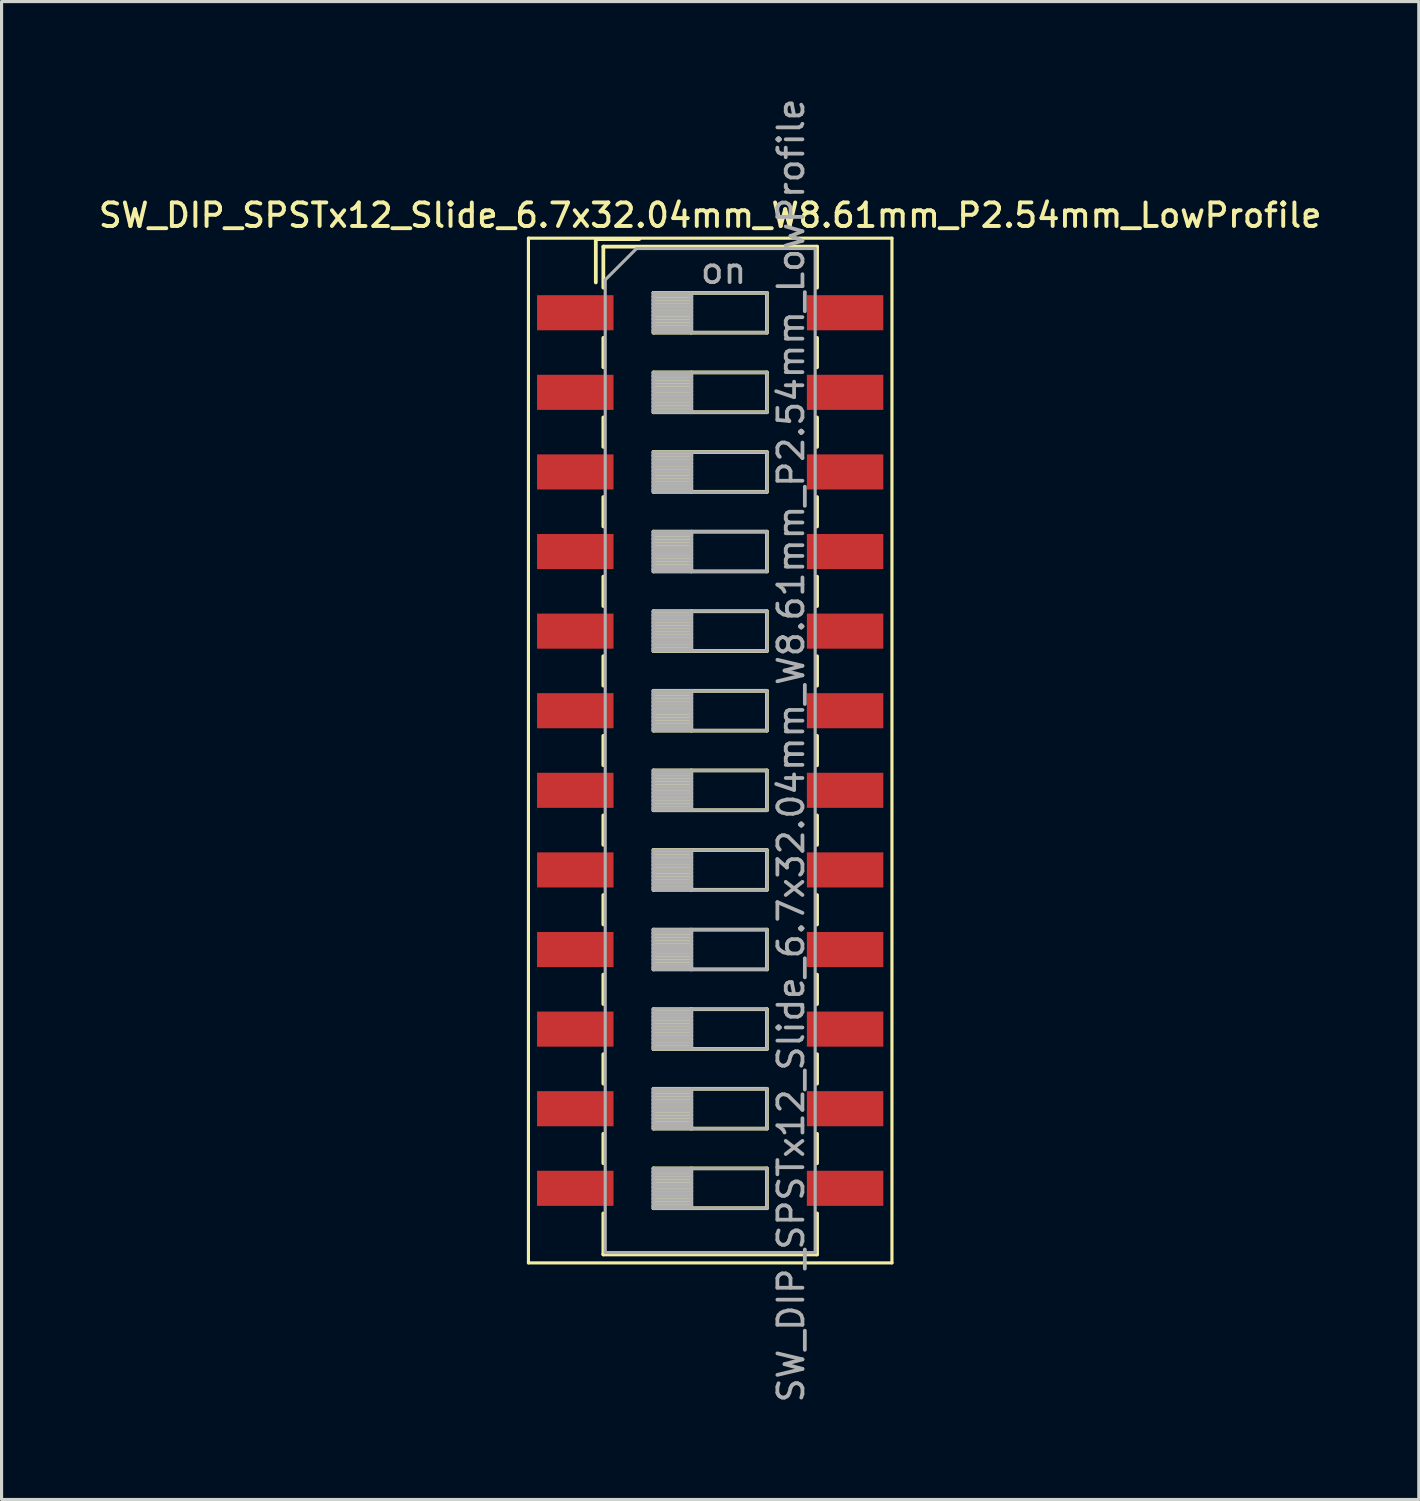
<source format=kicad_pcb>
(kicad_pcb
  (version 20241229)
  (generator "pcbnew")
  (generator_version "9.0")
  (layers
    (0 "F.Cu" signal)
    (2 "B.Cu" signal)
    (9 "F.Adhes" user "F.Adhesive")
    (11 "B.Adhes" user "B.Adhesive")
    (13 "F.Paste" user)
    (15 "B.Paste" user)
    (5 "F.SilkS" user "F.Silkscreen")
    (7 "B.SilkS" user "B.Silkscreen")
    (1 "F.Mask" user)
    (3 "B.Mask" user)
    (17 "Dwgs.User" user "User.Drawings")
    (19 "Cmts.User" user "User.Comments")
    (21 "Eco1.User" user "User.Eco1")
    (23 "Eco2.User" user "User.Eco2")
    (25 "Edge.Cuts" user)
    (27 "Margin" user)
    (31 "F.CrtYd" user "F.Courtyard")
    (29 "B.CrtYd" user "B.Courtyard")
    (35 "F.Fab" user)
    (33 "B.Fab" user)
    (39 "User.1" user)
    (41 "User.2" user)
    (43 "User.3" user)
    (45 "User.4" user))
  (footprint "SW_DIP_SPSTx12_Slide_6.7x32.04mm_W8.61mm_P2.54mm_LowProfile"
    (layer "F.Cu")
    (at 19.613 20.9)
    (property "Reference" "SW_DIP_SPSTx12_Slide_6.7x32.04mm_W8.61mm_P2.54mm_LowProfile" (at 0 -17.08 0) (layer "F.SilkS") (effects (font (size 0.75 0.75) (thickness 0.125))))
    (attr smd)
    (fp_line (start -5.8 -16.35) (end -5.8 16.35) (stroke (width 0.1) (type solid)) (layer "F.SilkS"))
    (fp_line (start -5.8 16.35) (end 5.8 16.35) (stroke (width 0.1) (type solid)) (layer "F.SilkS"))
    (fp_line (start -3.65 -16.32) (end -3.65 -14.937) (stroke (width 0.12) (type solid)) (layer "F.SilkS"))
    (fp_line (start -3.65 -16.32) (end -2.267 -16.32) (stroke (width 0.12) (type solid)) (layer "F.SilkS"))
    (fp_line (start -3.41 -16.08) (end -3.41 -14.77) (stroke (width 0.12) (type solid)) (layer "F.SilkS"))
    (fp_line (start -3.41 -16.08) (end 3.41 -16.08) (stroke (width 0.12) (type solid)) (layer "F.SilkS"))
    (fp_line (start -3.41 -13.17) (end -3.41 -12.23) (stroke (width 0.12) (type solid)) (layer "F.SilkS"))
    (fp_line (start -3.41 -10.63) (end -3.41 -9.69) (stroke (width 0.12) (type solid)) (layer "F.SilkS"))
    (fp_line (start -3.41 -8.09) (end -3.41 -7.15) (stroke (width 0.12) (type solid)) (layer "F.SilkS"))
    (fp_line (start -3.41 -5.55) (end -3.41 -4.61) (stroke (width 0.12) (type solid)) (layer "F.SilkS"))
    (fp_line (start -3.41 -3.01) (end -3.41 -2.07) (stroke (width 0.12) (type solid)) (layer "F.SilkS"))
    (fp_line (start -3.41 -0.47) (end -3.41 0.47) (stroke (width 0.12) (type solid)) (layer "F.SilkS"))
    (fp_line (start -3.41 2.07) (end -3.41 3.01) (stroke (width 0.12) (type solid)) (layer "F.SilkS"))
    (fp_line (start -3.41 4.61) (end -3.41 5.55) (stroke (width 0.12) (type solid)) (layer "F.SilkS"))
    (fp_line (start -3.41 7.15) (end -3.41 8.09) (stroke (width 0.12) (type solid)) (layer "F.SilkS"))
    (fp_line (start -3.41 9.69) (end -3.41 10.63) (stroke (width 0.12) (type solid)) (layer "F.SilkS"))
    (fp_line (start -3.41 12.23) (end -3.41 13.17) (stroke (width 0.12) (type solid)) (layer "F.SilkS"))
    (fp_line (start -3.41 14.77) (end -3.41 16.08) (stroke (width 0.12) (type solid)) (layer "F.SilkS"))
    (fp_line (start -3.41 16.08) (end 3.41 16.08) (stroke (width 0.12) (type solid)) (layer "F.SilkS"))
    (fp_line (start -1.81 -14.605) (end -1.81 -13.335) (stroke (width 0.12) (type solid)) (layer "F.SilkS"))
    (fp_line (start -1.81 -14.485) (end -0.603 -14.485) (stroke (width 0.12) (type solid)) (layer "F.SilkS"))
    (fp_line (start -1.81 -14.365) (end -0.603 -14.365) (stroke (width 0.12) (type solid)) (layer "F.SilkS"))
    (fp_line (start -1.81 -14.245) (end -0.603 -14.245) (stroke (width 0.12) (type solid)) (layer "F.SilkS"))
    (fp_line (start -1.81 -14.125) (end -0.603 -14.125) (stroke (width 0.12) (type solid)) (layer "F.SilkS"))
    (fp_line (start -1.81 -14.005) (end -0.603 -14.005) (stroke (width 0.12) (type solid)) (layer "F.SilkS"))
    (fp_line (start -1.81 -13.885) (end -0.603 -13.885) (stroke (width 0.12) (type solid)) (layer "F.SilkS"))
    (fp_line (start -1.81 -13.765) (end -0.603 -13.765) (stroke (width 0.12) (type solid)) (layer "F.SilkS"))
    (fp_line (start -1.81 -13.645) (end -0.603 -13.645) (stroke (width 0.12) (type solid)) (layer "F.SilkS"))
    (fp_line (start -1.81 -13.525) (end -0.603 -13.525) (stroke (width 0.12) (type solid)) (layer "F.SilkS"))
    (fp_line (start -1.81 -13.405) (end -0.603 -13.405) (stroke (width 0.12) (type solid)) (layer "F.SilkS"))
    (fp_line (start -1.81 -13.335) (end 1.81 -13.335) (stroke (width 0.12) (type solid)) (layer "F.SilkS"))
    (fp_line (start -1.81 -12.065) (end -1.81 -10.795) (stroke (width 0.12) (type solid)) (layer "F.SilkS"))
    (fp_line (start -1.81 -11.945) (end -0.603 -11.945) (stroke (width 0.12) (type solid)) (layer "F.SilkS"))
    (fp_line (start -1.81 -11.825) (end -0.603 -11.825) (stroke (width 0.12) (type solid)) (layer "F.SilkS"))
    (fp_line (start -1.81 -11.705) (end -0.603 -11.705) (stroke (width 0.12) (type solid)) (layer "F.SilkS"))
    (fp_line (start -1.81 -11.585) (end -0.603 -11.585) (stroke (width 0.12) (type solid)) (layer "F.SilkS"))
    (fp_line (start -1.81 -11.465) (end -0.603 -11.465) (stroke (width 0.12) (type solid)) (layer "F.SilkS"))
    (fp_line (start -1.81 -11.345) (end -0.603 -11.345) (stroke (width 0.12) (type solid)) (layer "F.SilkS"))
    (fp_line (start -1.81 -11.225) (end -0.603 -11.225) (stroke (width 0.12) (type solid)) (layer "F.SilkS"))
    (fp_line (start -1.81 -11.105) (end -0.603 -11.105) (stroke (width 0.12) (type solid)) (layer "F.SilkS"))
    (fp_line (start -1.81 -10.985) (end -0.603 -10.985) (stroke (width 0.12) (type solid)) (layer "F.SilkS"))
    (fp_line (start -1.81 -10.865) (end -0.603 -10.865) (stroke (width 0.12) (type solid)) (layer "F.SilkS"))
    (fp_line (start -1.81 -10.795) (end 1.81 -10.795) (stroke (width 0.12) (type solid)) (layer "F.SilkS"))
    (fp_line (start -1.81 -9.525) (end -1.81 -8.255) (stroke (width 0.12) (type solid)) (layer "F.SilkS"))
    (fp_line (start -1.81 -9.405) (end -0.603 -9.405) (stroke (width 0.12) (type solid)) (layer "F.SilkS"))
    (fp_line (start -1.81 -9.285) (end -0.603 -9.285) (stroke (width 0.12) (type solid)) (layer "F.SilkS"))
    (fp_line (start -1.81 -9.165) (end -0.603 -9.165) (stroke (width 0.12) (type solid)) (layer "F.SilkS"))
    (fp_line (start -1.81 -9.045) (end -0.603 -9.045) (stroke (width 0.12) (type solid)) (layer "F.SilkS"))
    (fp_line (start -1.81 -8.925) (end -0.603 -8.925) (stroke (width 0.12) (type solid)) (layer "F.SilkS"))
    (fp_line (start -1.81 -8.805) (end -0.603 -8.805) (stroke (width 0.12) (type solid)) (layer "F.SilkS"))
    (fp_line (start -1.81 -8.685) (end -0.603 -8.685) (stroke (width 0.12) (type solid)) (layer "F.SilkS"))
    (fp_line (start -1.81 -8.565) (end -0.603 -8.565) (stroke (width 0.12) (type solid)) (layer "F.SilkS"))
    (fp_line (start -1.81 -8.445) (end -0.603 -8.445) (stroke (width 0.12) (type solid)) (layer "F.SilkS"))
    (fp_line (start -1.81 -8.325) (end -0.603 -8.325) (stroke (width 0.12) (type solid)) (layer "F.SilkS"))
    (fp_line (start -1.81 -8.255) (end 1.81 -8.255) (stroke (width 0.12) (type solid)) (layer "F.SilkS"))
    (fp_line (start -1.81 -6.985) (end -1.81 -5.715) (stroke (width 0.12) (type solid)) (layer "F.SilkS"))
    (fp_line (start -1.81 -6.865) (end -0.603 -6.865) (stroke (width 0.12) (type solid)) (layer "F.SilkS"))
    (fp_line (start -1.81 -6.745) (end -0.603 -6.745) (stroke (width 0.12) (type solid)) (layer "F.SilkS"))
    (fp_line (start -1.81 -6.625) (end -0.603 -6.625) (stroke (width 0.12) (type solid)) (layer "F.SilkS"))
    (fp_line (start -1.81 -6.505) (end -0.603 -6.505) (stroke (width 0.12) (type solid)) (layer "F.SilkS"))
    (fp_line (start -1.81 -6.385) (end -0.603 -6.385) (stroke (width 0.12) (type solid)) (layer "F.SilkS"))
    (fp_line (start -1.81 -6.265) (end -0.603 -6.265) (stroke (width 0.12) (type solid)) (layer "F.SilkS"))
    (fp_line (start -1.81 -6.145) (end -0.603 -6.145) (stroke (width 0.12) (type solid)) (layer "F.SilkS"))
    (fp_line (start -1.81 -6.025) (end -0.603 -6.025) (stroke (width 0.12) (type solid)) (layer "F.SilkS"))
    (fp_line (start -1.81 -5.905) (end -0.603 -5.905) (stroke (width 0.12) (type solid)) (layer "F.SilkS"))
    (fp_line (start -1.81 -5.785) (end -0.603 -5.785) (stroke (width 0.12) (type solid)) (layer "F.SilkS"))
    (fp_line (start -1.81 -5.715) (end 1.81 -5.715) (stroke (width 0.12) (type solid)) (layer "F.SilkS"))
    (fp_line (start -1.81 -4.445) (end -1.81 -3.175) (stroke (width 0.12) (type solid)) (layer "F.SilkS"))
    (fp_line (start -1.81 -4.325) (end -0.603 -4.325) (stroke (width 0.12) (type solid)) (layer "F.SilkS"))
    (fp_line (start -1.81 -4.205) (end -0.603 -4.205) (stroke (width 0.12) (type solid)) (layer "F.SilkS"))
    (fp_line (start -1.81 -4.085) (end -0.603 -4.085) (stroke (width 0.12) (type solid)) (layer "F.SilkS"))
    (fp_line (start -1.81 -3.965) (end -0.603 -3.965) (stroke (width 0.12) (type solid)) (layer "F.SilkS"))
    (fp_line (start -1.81 -3.845) (end -0.603 -3.845) (stroke (width 0.12) (type solid)) (layer "F.SilkS"))
    (fp_line (start -1.81 -3.725) (end -0.603 -3.725) (stroke (width 0.12) (type solid)) (layer "F.SilkS"))
    (fp_line (start -1.81 -3.605) (end -0.603 -3.605) (stroke (width 0.12) (type solid)) (layer "F.SilkS"))
    (fp_line (start -1.81 -3.485) (end -0.603 -3.485) (stroke (width 0.12) (type solid)) (layer "F.SilkS"))
    (fp_line (start -1.81 -3.365) (end -0.603 -3.365) (stroke (width 0.12) (type solid)) (layer "F.SilkS"))
    (fp_line (start -1.81 -3.245) (end -0.603 -3.245) (stroke (width 0.12) (type solid)) (layer "F.SilkS"))
    (fp_line (start -1.81 -3.175) (end 1.81 -3.175) (stroke (width 0.12) (type solid)) (layer "F.SilkS"))
    (fp_line (start -1.81 -1.905) (end -1.81 -0.635) (stroke (width 0.12) (type solid)) (layer "F.SilkS"))
    (fp_line (start -1.81 -1.785) (end -0.603 -1.785) (stroke (width 0.12) (type solid)) (layer "F.SilkS"))
    (fp_line (start -1.81 -1.665) (end -0.603 -1.665) (stroke (width 0.12) (type solid)) (layer "F.SilkS"))
    (fp_line (start -1.81 -1.545) (end -0.603 -1.545) (stroke (width 0.12) (type solid)) (layer "F.SilkS"))
    (fp_line (start -1.81 -1.425) (end -0.603 -1.425) (stroke (width 0.12) (type solid)) (layer "F.SilkS"))
    (fp_line (start -1.81 -1.305) (end -0.603 -1.305) (stroke (width 0.12) (type solid)) (layer "F.SilkS"))
    (fp_line (start -1.81 -1.185) (end -0.603 -1.185) (stroke (width 0.12) (type solid)) (layer "F.SilkS"))
    (fp_line (start -1.81 -1.065) (end -0.603 -1.065) (stroke (width 0.12) (type solid)) (layer "F.SilkS"))
    (fp_line (start -1.81 -0.945) (end -0.603 -0.945) (stroke (width 0.12) (type solid)) (layer "F.SilkS"))
    (fp_line (start -1.81 -0.825) (end -0.603 -0.825) (stroke (width 0.12) (type solid)) (layer "F.SilkS"))
    (fp_line (start -1.81 -0.705) (end -0.603 -0.705) (stroke (width 0.12) (type solid)) (layer "F.SilkS"))
    (fp_line (start -1.81 -0.635) (end 1.81 -0.635) (stroke (width 0.12) (type solid)) (layer "F.SilkS"))
    (fp_line (start -1.81 0.635) (end -1.81 1.905) (stroke (width 0.12) (type solid)) (layer "F.SilkS"))
    (fp_line (start -1.81 0.755) (end -0.603 0.755) (stroke (width 0.12) (type solid)) (layer "F.SilkS"))
    (fp_line (start -1.81 0.875) (end -0.603 0.875) (stroke (width 0.12) (type solid)) (layer "F.SilkS"))
    (fp_line (start -1.81 0.995) (end -0.603 0.995) (stroke (width 0.12) (type solid)) (layer "F.SilkS"))
    (fp_line (start -1.81 1.115) (end -0.603 1.115) (stroke (width 0.12) (type solid)) (layer "F.SilkS"))
    (fp_line (start -1.81 1.235) (end -0.603 1.235) (stroke (width 0.12) (type solid)) (layer "F.SilkS"))
    (fp_line (start -1.81 1.355) (end -0.603 1.355) (stroke (width 0.12) (type solid)) (layer "F.SilkS"))
    (fp_line (start -1.81 1.475) (end -0.603 1.475) (stroke (width 0.12) (type solid)) (layer "F.SilkS"))
    (fp_line (start -1.81 1.595) (end -0.603 1.595) (stroke (width 0.12) (type solid)) (layer "F.SilkS"))
    (fp_line (start -1.81 1.715) (end -0.603 1.715) (stroke (width 0.12) (type solid)) (layer "F.SilkS"))
    (fp_line (start -1.81 1.835) (end -0.603 1.835) (stroke (width 0.12) (type solid)) (layer "F.SilkS"))
    (fp_line (start -1.81 1.905) (end 1.81 1.905) (stroke (width 0.12) (type solid)) (layer "F.SilkS"))
    (fp_line (start -1.81 3.175) (end -1.81 4.445) (stroke (width 0.12) (type solid)) (layer "F.SilkS"))
    (fp_line (start -1.81 3.295) (end -0.603 3.295) (stroke (width 0.12) (type solid)) (layer "F.SilkS"))
    (fp_line (start -1.81 3.415) (end -0.603 3.415) (stroke (width 0.12) (type solid)) (layer "F.SilkS"))
    (fp_line (start -1.81 3.535) (end -0.603 3.535) (stroke (width 0.12) (type solid)) (layer "F.SilkS"))
    (fp_line (start -1.81 3.655) (end -0.603 3.655) (stroke (width 0.12) (type solid)) (layer "F.SilkS"))
    (fp_line (start -1.81 3.775) (end -0.603 3.775) (stroke (width 0.12) (type solid)) (layer "F.SilkS"))
    (fp_line (start -1.81 3.895) (end -0.603 3.895) (stroke (width 0.12) (type solid)) (layer "F.SilkS"))
    (fp_line (start -1.81 4.015) (end -0.603 4.015) (stroke (width 0.12) (type solid)) (layer "F.SilkS"))
    (fp_line (start -1.81 4.135) (end -0.603 4.135) (stroke (width 0.12) (type solid)) (layer "F.SilkS"))
    (fp_line (start -1.81 4.255) (end -0.603 4.255) (stroke (width 0.12) (type solid)) (layer "F.SilkS"))
    (fp_line (start -1.81 4.375) (end -0.603 4.375) (stroke (width 0.12) (type solid)) (layer "F.SilkS"))
    (fp_line (start -1.81 4.445) (end 1.81 4.445) (stroke (width 0.12) (type solid)) (layer "F.SilkS"))
    (fp_line (start -1.81 5.715) (end -1.81 6.985) (stroke (width 0.12) (type solid)) (layer "F.SilkS"))
    (fp_line (start -1.81 5.835) (end -0.603 5.835) (stroke (width 0.12) (type solid)) (layer "F.SilkS"))
    (fp_line (start -1.81 5.955) (end -0.603 5.955) (stroke (width 0.12) (type solid)) (layer "F.SilkS"))
    (fp_line (start -1.81 6.075) (end -0.603 6.075) (stroke (width 0.12) (type solid)) (layer "F.SilkS"))
    (fp_line (start -1.81 6.195) (end -0.603 6.195) (stroke (width 0.12) (type solid)) (layer "F.SilkS"))
    (fp_line (start -1.81 6.315) (end -0.603 6.315) (stroke (width 0.12) (type solid)) (layer "F.SilkS"))
    (fp_line (start -1.81 6.435) (end -0.603 6.435) (stroke (width 0.12) (type solid)) (layer "F.SilkS"))
    (fp_line (start -1.81 6.555) (end -0.603 6.555) (stroke (width 0.12) (type solid)) (layer "F.SilkS"))
    (fp_line (start -1.81 6.675) (end -0.603 6.675) (stroke (width 0.12) (type solid)) (layer "F.SilkS"))
    (fp_line (start -1.81 6.795) (end -0.603 6.795) (stroke (width 0.12) (type solid)) (layer "F.SilkS"))
    (fp_line (start -1.81 6.915) (end -0.603 6.915) (stroke (width 0.12) (type solid)) (layer "F.SilkS"))
    (fp_line (start -1.81 6.985) (end 1.81 6.985) (stroke (width 0.12) (type solid)) (layer "F.SilkS"))
    (fp_line (start -1.81 8.255) (end -1.81 9.525) (stroke (width 0.12) (type solid)) (layer "F.SilkS"))
    (fp_line (start -1.81 8.375) (end -0.603 8.375) (stroke (width 0.12) (type solid)) (layer "F.SilkS"))
    (fp_line (start -1.81 8.495) (end -0.603 8.495) (stroke (width 0.12) (type solid)) (layer "F.SilkS"))
    (fp_line (start -1.81 8.615) (end -0.603 8.615) (stroke (width 0.12) (type solid)) (layer "F.SilkS"))
    (fp_line (start -1.81 8.735) (end -0.603 8.735) (stroke (width 0.12) (type solid)) (layer "F.SilkS"))
    (fp_line (start -1.81 8.855) (end -0.603 8.855) (stroke (width 0.12) (type solid)) (layer "F.SilkS"))
    (fp_line (start -1.81 8.975) (end -0.603 8.975) (stroke (width 0.12) (type solid)) (layer "F.SilkS"))
    (fp_line (start -1.81 9.095) (end -0.603 9.095) (stroke (width 0.12) (type solid)) (layer "F.SilkS"))
    (fp_line (start -1.81 9.215) (end -0.603 9.215) (stroke (width 0.12) (type solid)) (layer "F.SilkS"))
    (fp_line (start -1.81 9.335) (end -0.603 9.335) (stroke (width 0.12) (type solid)) (layer "F.SilkS"))
    (fp_line (start -1.81 9.455) (end -0.603 9.455) (stroke (width 0.12) (type solid)) (layer "F.SilkS"))
    (fp_line (start -1.81 9.525) (end 1.81 9.525) (stroke (width 0.12) (type solid)) (layer "F.SilkS"))
    (fp_line (start -1.81 10.795) (end -1.81 12.065) (stroke (width 0.12) (type solid)) (layer "F.SilkS"))
    (fp_line (start -1.81 10.915) (end -0.603 10.915) (stroke (width 0.12) (type solid)) (layer "F.SilkS"))
    (fp_line (start -1.81 11.035) (end -0.603 11.035) (stroke (width 0.12) (type solid)) (layer "F.SilkS"))
    (fp_line (start -1.81 11.155) (end -0.603 11.155) (stroke (width 0.12) (type solid)) (layer "F.SilkS"))
    (fp_line (start -1.81 11.275) (end -0.603 11.275) (stroke (width 0.12) (type solid)) (layer "F.SilkS"))
    (fp_line (start -1.81 11.395) (end -0.603 11.395) (stroke (width 0.12) (type solid)) (layer "F.SilkS"))
    (fp_line (start -1.81 11.515) (end -0.603 11.515) (stroke (width 0.12) (type solid)) (layer "F.SilkS"))
    (fp_line (start -1.81 11.635) (end -0.603 11.635) (stroke (width 0.12) (type solid)) (layer "F.SilkS"))
    (fp_line (start -1.81 11.755) (end -0.603 11.755) (stroke (width 0.12) (type solid)) (layer "F.SilkS"))
    (fp_line (start -1.81 11.875) (end -0.603 11.875) (stroke (width 0.12) (type solid)) (layer "F.SilkS"))
    (fp_line (start -1.81 11.995) (end -0.603 11.995) (stroke (width 0.12) (type solid)) (layer "F.SilkS"))
    (fp_line (start -1.81 12.065) (end 1.81 12.065) (stroke (width 0.12) (type solid)) (layer "F.SilkS"))
    (fp_line (start -1.81 13.335) (end -1.81 14.605) (stroke (width 0.12) (type solid)) (layer "F.SilkS"))
    (fp_line (start -1.81 13.455) (end -0.603 13.455) (stroke (width 0.12) (type solid)) (layer "F.SilkS"))
    (fp_line (start -1.81 13.575) (end -0.603 13.575) (stroke (width 0.12) (type solid)) (layer "F.SilkS"))
    (fp_line (start -1.81 13.695) (end -0.603 13.695) (stroke (width 0.12) (type solid)) (layer "F.SilkS"))
    (fp_line (start -1.81 13.815) (end -0.603 13.815) (stroke (width 0.12) (type solid)) (layer "F.SilkS"))
    (fp_line (start -1.81 13.935) (end -0.603 13.935) (stroke (width 0.12) (type solid)) (layer "F.SilkS"))
    (fp_line (start -1.81 14.055) (end -0.603 14.055) (stroke (width 0.12) (type solid)) (layer "F.SilkS"))
    (fp_line (start -1.81 14.175) (end -0.603 14.175) (stroke (width 0.12) (type solid)) (layer "F.SilkS"))
    (fp_line (start -1.81 14.295) (end -0.603 14.295) (stroke (width 0.12) (type solid)) (layer "F.SilkS"))
    (fp_line (start -1.81 14.415) (end -0.603 14.415) (stroke (width 0.12) (type solid)) (layer "F.SilkS"))
    (fp_line (start -1.81 14.535) (end -0.603 14.535) (stroke (width 0.12) (type solid)) (layer "F.SilkS"))
    (fp_line (start -1.81 14.605) (end 1.81 14.605) (stroke (width 0.12) (type solid)) (layer "F.SilkS"))
    (fp_line (start -0.603 -14.605) (end -0.603 -13.335) (stroke (width 0.12) (type solid)) (layer "F.SilkS"))
    (fp_line (start -0.603 -12.065) (end -0.603 -10.795) (stroke (width 0.12) (type solid)) (layer "F.SilkS"))
    (fp_line (start -0.603 -9.525) (end -0.603 -8.255) (stroke (width 0.12) (type solid)) (layer "F.SilkS"))
    (fp_line (start -0.603 -6.985) (end -0.603 -5.715) (stroke (width 0.12) (type solid)) (layer "F.SilkS"))
    (fp_line (start -0.603 -4.445) (end -0.603 -3.175) (stroke (width 0.12) (type solid)) (layer "F.SilkS"))
    (fp_line (start -0.603 -1.905) (end -0.603 -0.635) (stroke (width 0.12) (type solid)) (layer "F.SilkS"))
    (fp_line (start -0.603 0.635) (end -0.603 1.905) (stroke (width 0.12) (type solid)) (layer "F.SilkS"))
    (fp_line (start -0.603 3.175) (end -0.603 4.445) (stroke (width 0.12) (type solid)) (layer "F.SilkS"))
    (fp_line (start -0.603 5.715) (end -0.603 6.985) (stroke (width 0.12) (type solid)) (layer "F.SilkS"))
    (fp_line (start -0.603 8.255) (end -0.603 9.525) (stroke (width 0.12) (type solid)) (layer "F.SilkS"))
    (fp_line (start -0.603 10.795) (end -0.603 12.065) (stroke (width 0.12) (type solid)) (layer "F.SilkS"))
    (fp_line (start -0.603 13.335) (end -0.603 14.605) (stroke (width 0.12) (type solid)) (layer "F.SilkS"))
    (fp_line (start 1.81 -14.605) (end -1.81 -14.605) (stroke (width 0.12) (type solid)) (layer "F.SilkS"))
    (fp_line (start 1.81 -13.335) (end 1.81 -14.605) (stroke (width 0.12) (type solid)) (layer "F.SilkS"))
    (fp_line (start 1.81 -12.065) (end -1.81 -12.065) (stroke (width 0.12) (type solid)) (layer "F.SilkS"))
    (fp_line (start 1.81 -10.795) (end 1.81 -12.065) (stroke (width 0.12) (type solid)) (layer "F.SilkS"))
    (fp_line (start 1.81 -9.525) (end -1.81 -9.525) (stroke (width 0.12) (type solid)) (layer "F.SilkS"))
    (fp_line (start 1.81 -8.255) (end 1.81 -9.525) (stroke (width 0.12) (type solid)) (layer "F.SilkS"))
    (fp_line (start 1.81 -6.985) (end -1.81 -6.985) (stroke (width 0.12) (type solid)) (layer "F.SilkS"))
    (fp_line (start 1.81 -5.715) (end 1.81 -6.985) (stroke (width 0.12) (type solid)) (layer "F.SilkS"))
    (fp_line (start 1.81 -4.445) (end -1.81 -4.445) (stroke (width 0.12) (type solid)) (layer "F.SilkS"))
    (fp_line (start 1.81 -3.175) (end 1.81 -4.445) (stroke (width 0.12) (type solid)) (layer "F.SilkS"))
    (fp_line (start 1.81 -1.905) (end -1.81 -1.905) (stroke (width 0.12) (type solid)) (layer "F.SilkS"))
    (fp_line (start 1.81 -0.635) (end 1.81 -1.905) (stroke (width 0.12) (type solid)) (layer "F.SilkS"))
    (fp_line (start 1.81 0.635) (end -1.81 0.635) (stroke (width 0.12) (type solid)) (layer "F.SilkS"))
    (fp_line (start 1.81 1.905) (end 1.81 0.635) (stroke (width 0.12) (type solid)) (layer "F.SilkS"))
    (fp_line (start 1.81 3.175) (end -1.81 3.175) (stroke (width 0.12) (type solid)) (layer "F.SilkS"))
    (fp_line (start 1.81 4.445) (end 1.81 3.175) (stroke (width 0.12) (type solid)) (layer "F.SilkS"))
    (fp_line (start 1.81 5.715) (end -1.81 5.715) (stroke (width 0.12) (type solid)) (layer "F.SilkS"))
    (fp_line (start 1.81 6.985) (end 1.81 5.715) (stroke (width 0.12) (type solid)) (layer "F.SilkS"))
    (fp_line (start 1.81 8.255) (end -1.81 8.255) (stroke (width 0.12) (type solid)) (layer "F.SilkS"))
    (fp_line (start 1.81 9.525) (end 1.81 8.255) (stroke (width 0.12) (type solid)) (layer "F.SilkS"))
    (fp_line (start 1.81 10.795) (end -1.81 10.795) (stroke (width 0.12) (type solid)) (layer "F.SilkS"))
    (fp_line (start 1.81 12.065) (end 1.81 10.795) (stroke (width 0.12) (type solid)) (layer "F.SilkS"))
    (fp_line (start 1.81 13.335) (end -1.81 13.335) (stroke (width 0.12) (type solid)) (layer "F.SilkS"))
    (fp_line (start 1.81 14.605) (end 1.81 13.335) (stroke (width 0.12) (type solid)) (layer "F.SilkS"))
    (fp_line (start 3.41 -16.08) (end 3.41 -14.77) (stroke (width 0.12) (type solid)) (layer "F.SilkS"))
    (fp_line (start 3.41 -13.169) (end 3.41 -12.229) (stroke (width 0.12) (type solid)) (layer "F.SilkS"))
    (fp_line (start 3.41 -10.629) (end 3.41 -9.689) (stroke (width 0.12) (type solid)) (layer "F.SilkS"))
    (fp_line (start 3.41 -8.089) (end 3.41 -7.149) (stroke (width 0.12) (type solid)) (layer "F.SilkS"))
    (fp_line (start 3.41 -5.549) (end 3.41 -4.609) (stroke (width 0.12) (type solid)) (layer "F.SilkS"))
    (fp_line (start 3.41 -3.009) (end 3.41 -2.069) (stroke (width 0.12) (type solid)) (layer "F.SilkS"))
    (fp_line (start 3.41 -0.469) (end 3.41 0.471) (stroke (width 0.12) (type solid)) (layer "F.SilkS"))
    (fp_line (start 3.41 2.071) (end 3.41 3.011) (stroke (width 0.12) (type solid)) (layer "F.SilkS"))
    (fp_line (start 3.41 4.611) (end 3.41 5.551) (stroke (width 0.12) (type solid)) (layer "F.SilkS"))
    (fp_line (start 3.41 7.151) (end 3.41 8.09) (stroke (width 0.12) (type solid)) (layer "F.SilkS"))
    (fp_line (start 3.41 9.691) (end 3.41 10.63) (stroke (width 0.12) (type solid)) (layer "F.SilkS"))
    (fp_line (start 3.41 12.231) (end 3.41 13.17) (stroke (width 0.12) (type solid)) (layer "F.SilkS"))
    (fp_line (start 3.41 14.77) (end 3.41 16.08) (stroke (width 0.12) (type solid)) (layer "F.SilkS"))
    (fp_line (start 5.8 -16.35) (end -5.8 -16.35) (stroke (width 0.1) (type solid)) (layer "F.SilkS"))
    (fp_line (start 5.8 16.35) (end 5.8 -16.35) (stroke (width 0.1) (type solid)) (layer "F.SilkS"))
    (fp_line (start -3.35 -15.02) (end -2.35 -16.02) (stroke (width 0.1) (type solid)) (layer "F.Fab"))
    (fp_line (start -3.35 16.02) (end -3.35 -15.02) (stroke (width 0.1) (type solid)) (layer "F.Fab"))
    (fp_line (start -2.35 -16.02) (end 3.35 -16.02) (stroke (width 0.1) (type solid)) (layer "F.Fab"))
    (fp_line (start -1.81 -14.605) (end -1.81 -13.335) (stroke (width 0.1) (type solid)) (layer "F.Fab"))
    (fp_line (start -1.81 -14.505) (end -0.603 -14.505) (stroke (width 0.1) (type solid)) (layer "F.Fab"))
    (fp_line (start -1.81 -14.405) (end -0.603 -14.405) (stroke (width 0.1) (type solid)) (layer "F.Fab"))
    (fp_line (start -1.81 -14.305) (end -0.603 -14.305) (stroke (width 0.1) (type solid)) (layer "F.Fab"))
    (fp_line (start -1.81 -14.205) (end -0.603 -14.205) (stroke (width 0.1) (type solid)) (layer "F.Fab"))
    (fp_line (start -1.81 -14.105) (end -0.603 -14.105) (stroke (width 0.1) (type solid)) (layer "F.Fab"))
    (fp_line (start -1.81 -14.005) (end -0.603 -14.005) (stroke (width 0.1) (type solid)) (layer "F.Fab"))
    (fp_line (start -1.81 -13.905) (end -0.603 -13.905) (stroke (width 0.1) (type solid)) (layer "F.Fab"))
    (fp_line (start -1.81 -13.805) (end -0.603 -13.805) (stroke (width 0.1) (type solid)) (layer "F.Fab"))
    (fp_line (start -1.81 -13.705) (end -0.603 -13.705) (stroke (width 0.1) (type solid)) (layer "F.Fab"))
    (fp_line (start -1.81 -13.605) (end -0.603 -13.605) (stroke (width 0.1) (type solid)) (layer "F.Fab"))
    (fp_line (start -1.81 -13.505) (end -0.603 -13.505) (stroke (width 0.1) (type solid)) (layer "F.Fab"))
    (fp_line (start -1.81 -13.405) (end -0.603 -13.405) (stroke (width 0.1) (type solid)) (layer "F.Fab"))
    (fp_line (start -1.81 -13.335) (end 1.81 -13.335) (stroke (width 0.1) (type solid)) (layer "F.Fab"))
    (fp_line (start -1.81 -12.065) (end -1.81 -10.795) (stroke (width 0.1) (type solid)) (layer "F.Fab"))
    (fp_line (start -1.81 -11.965) (end -0.603 -11.965) (stroke (width 0.1) (type solid)) (layer "F.Fab"))
    (fp_line (start -1.81 -11.865) (end -0.603 -11.865) (stroke (width 0.1) (type solid)) (layer "F.Fab"))
    (fp_line (start -1.81 -11.765) (end -0.603 -11.765) (stroke (width 0.1) (type solid)) (layer "F.Fab"))
    (fp_line (start -1.81 -11.665) (end -0.603 -11.665) (stroke (width 0.1) (type solid)) (layer "F.Fab"))
    (fp_line (start -1.81 -11.565) (end -0.603 -11.565) (stroke (width 0.1) (type solid)) (layer "F.Fab"))
    (fp_line (start -1.81 -11.465) (end -0.603 -11.465) (stroke (width 0.1) (type solid)) (layer "F.Fab"))
    (fp_line (start -1.81 -11.365) (end -0.603 -11.365) (stroke (width 0.1) (type solid)) (layer "F.Fab"))
    (fp_line (start -1.81 -11.265) (end -0.603 -11.265) (stroke (width 0.1) (type solid)) (layer "F.Fab"))
    (fp_line (start -1.81 -11.165) (end -0.603 -11.165) (stroke (width 0.1) (type solid)) (layer "F.Fab"))
    (fp_line (start -1.81 -11.065) (end -0.603 -11.065) (stroke (width 0.1) (type solid)) (layer "F.Fab"))
    (fp_line (start -1.81 -10.965) (end -0.603 -10.965) (stroke (width 0.1) (type solid)) (layer "F.Fab"))
    (fp_line (start -1.81 -10.865) (end -0.603 -10.865) (stroke (width 0.1) (type solid)) (layer "F.Fab"))
    (fp_line (start -1.81 -10.795) (end 1.81 -10.795) (stroke (width 0.1) (type solid)) (layer "F.Fab"))
    (fp_line (start -1.81 -9.525) (end -1.81 -8.255) (stroke (width 0.1) (type solid)) (layer "F.Fab"))
    (fp_line (start -1.81 -9.425) (end -0.603 -9.425) (stroke (width 0.1) (type solid)) (layer "F.Fab"))
    (fp_line (start -1.81 -9.325) (end -0.603 -9.325) (stroke (width 0.1) (type solid)) (layer "F.Fab"))
    (fp_line (start -1.81 -9.225) (end -0.603 -9.225) (stroke (width 0.1) (type solid)) (layer "F.Fab"))
    (fp_line (start -1.81 -9.125) (end -0.603 -9.125) (stroke (width 0.1) (type solid)) (layer "F.Fab"))
    (fp_line (start -1.81 -9.025) (end -0.603 -9.025) (stroke (width 0.1) (type solid)) (layer "F.Fab"))
    (fp_line (start -1.81 -8.925) (end -0.603 -8.925) (stroke (width 0.1) (type solid)) (layer "F.Fab"))
    (fp_line (start -1.81 -8.825) (end -0.603 -8.825) (stroke (width 0.1) (type solid)) (layer "F.Fab"))
    (fp_line (start -1.81 -8.725) (end -0.603 -8.725) (stroke (width 0.1) (type solid)) (layer "F.Fab"))
    (fp_line (start -1.81 -8.625) (end -0.603 -8.625) (stroke (width 0.1) (type solid)) (layer "F.Fab"))
    (fp_line (start -1.81 -8.525) (end -0.603 -8.525) (stroke (width 0.1) (type solid)) (layer "F.Fab"))
    (fp_line (start -1.81 -8.425) (end -0.603 -8.425) (stroke (width 0.1) (type solid)) (layer "F.Fab"))
    (fp_line (start -1.81 -8.325) (end -0.603 -8.325) (stroke (width 0.1) (type solid)) (layer "F.Fab"))
    (fp_line (start -1.81 -8.255) (end 1.81 -8.255) (stroke (width 0.1) (type solid)) (layer "F.Fab"))
    (fp_line (start -1.81 -6.985) (end -1.81 -5.715) (stroke (width 0.1) (type solid)) (layer "F.Fab"))
    (fp_line (start -1.81 -6.885) (end -0.603 -6.885) (stroke (width 0.1) (type solid)) (layer "F.Fab"))
    (fp_line (start -1.81 -6.785) (end -0.603 -6.785) (stroke (width 0.1) (type solid)) (layer "F.Fab"))
    (fp_line (start -1.81 -6.685) (end -0.603 -6.685) (stroke (width 0.1) (type solid)) (layer "F.Fab"))
    (fp_line (start -1.81 -6.585) (end -0.603 -6.585) (stroke (width 0.1) (type solid)) (layer "F.Fab"))
    (fp_line (start -1.81 -6.485) (end -0.603 -6.485) (stroke (width 0.1) (type solid)) (layer "F.Fab"))
    (fp_line (start -1.81 -6.385) (end -0.603 -6.385) (stroke (width 0.1) (type solid)) (layer "F.Fab"))
    (fp_line (start -1.81 -6.285) (end -0.603 -6.285) (stroke (width 0.1) (type solid)) (layer "F.Fab"))
    (fp_line (start -1.81 -6.185) (end -0.603 -6.185) (stroke (width 0.1) (type solid)) (layer "F.Fab"))
    (fp_line (start -1.81 -6.085) (end -0.603 -6.085) (stroke (width 0.1) (type solid)) (layer "F.Fab"))
    (fp_line (start -1.81 -5.985) (end -0.603 -5.985) (stroke (width 0.1) (type solid)) (layer "F.Fab"))
    (fp_line (start -1.81 -5.885) (end -0.603 -5.885) (stroke (width 0.1) (type solid)) (layer "F.Fab"))
    (fp_line (start -1.81 -5.785) (end -0.603 -5.785) (stroke (width 0.1) (type solid)) (layer "F.Fab"))
    (fp_line (start -1.81 -5.715) (end 1.81 -5.715) (stroke (width 0.1) (type solid)) (layer "F.Fab"))
    (fp_line (start -1.81 -4.445) (end -1.81 -3.175) (stroke (width 0.1) (type solid)) (layer "F.Fab"))
    (fp_line (start -1.81 -4.345) (end -0.603 -4.345) (stroke (width 0.1) (type solid)) (layer "F.Fab"))
    (fp_line (start -1.81 -4.245) (end -0.603 -4.245) (stroke (width 0.1) (type solid)) (layer "F.Fab"))
    (fp_line (start -1.81 -4.145) (end -0.603 -4.145) (stroke (width 0.1) (type solid)) (layer "F.Fab"))
    (fp_line (start -1.81 -4.045) (end -0.603 -4.045) (stroke (width 0.1) (type solid)) (layer "F.Fab"))
    (fp_line (start -1.81 -3.945) (end -0.603 -3.945) (stroke (width 0.1) (type solid)) (layer "F.Fab"))
    (fp_line (start -1.81 -3.845) (end -0.603 -3.845) (stroke (width 0.1) (type solid)) (layer "F.Fab"))
    (fp_line (start -1.81 -3.745) (end -0.603 -3.745) (stroke (width 0.1) (type solid)) (layer "F.Fab"))
    (fp_line (start -1.81 -3.645) (end -0.603 -3.645) (stroke (width 0.1) (type solid)) (layer "F.Fab"))
    (fp_line (start -1.81 -3.545) (end -0.603 -3.545) (stroke (width 0.1) (type solid)) (layer "F.Fab"))
    (fp_line (start -1.81 -3.445) (end -0.603 -3.445) (stroke (width 0.1) (type solid)) (layer "F.Fab"))
    (fp_line (start -1.81 -3.345) (end -0.603 -3.345) (stroke (width 0.1) (type solid)) (layer "F.Fab"))
    (fp_line (start -1.81 -3.245) (end -0.603 -3.245) (stroke (width 0.1) (type solid)) (layer "F.Fab"))
    (fp_line (start -1.81 -3.175) (end 1.81 -3.175) (stroke (width 0.1) (type solid)) (layer "F.Fab"))
    (fp_line (start -1.81 -1.905) (end -1.81 -0.635) (stroke (width 0.1) (type solid)) (layer "F.Fab"))
    (fp_line (start -1.81 -1.805) (end -0.603 -1.805) (stroke (width 0.1) (type solid)) (layer "F.Fab"))
    (fp_line (start -1.81 -1.705) (end -0.603 -1.705) (stroke (width 0.1) (type solid)) (layer "F.Fab"))
    (fp_line (start -1.81 -1.605) (end -0.603 -1.605) (stroke (width 0.1) (type solid)) (layer "F.Fab"))
    (fp_line (start -1.81 -1.505) (end -0.603 -1.505) (stroke (width 0.1) (type solid)) (layer "F.Fab"))
    (fp_line (start -1.81 -1.405) (end -0.603 -1.405) (stroke (width 0.1) (type solid)) (layer "F.Fab"))
    (fp_line (start -1.81 -1.305) (end -0.603 -1.305) (stroke (width 0.1) (type solid)) (layer "F.Fab"))
    (fp_line (start -1.81 -1.205) (end -0.603 -1.205) (stroke (width 0.1) (type solid)) (layer "F.Fab"))
    (fp_line (start -1.81 -1.105) (end -0.603 -1.105) (stroke (width 0.1) (type solid)) (layer "F.Fab"))
    (fp_line (start -1.81 -1.005) (end -0.603 -1.005) (stroke (width 0.1) (type solid)) (layer "F.Fab"))
    (fp_line (start -1.81 -0.905) (end -0.603 -0.905) (stroke (width 0.1) (type solid)) (layer "F.Fab"))
    (fp_line (start -1.81 -0.805) (end -0.603 -0.805) (stroke (width 0.1) (type solid)) (layer "F.Fab"))
    (fp_line (start -1.81 -0.705) (end -0.603 -0.705) (stroke (width 0.1) (type solid)) (layer "F.Fab"))
    (fp_line (start -1.81 -0.635) (end 1.81 -0.635) (stroke (width 0.1) (type solid)) (layer "F.Fab"))
    (fp_line (start -1.81 0.635) (end -1.81 1.905) (stroke (width 0.1) (type solid)) (layer "F.Fab"))
    (fp_line (start -1.81 0.735) (end -0.603 0.735) (stroke (width 0.1) (type solid)) (layer "F.Fab"))
    (fp_line (start -1.81 0.835) (end -0.603 0.835) (stroke (width 0.1) (type solid)) (layer "F.Fab"))
    (fp_line (start -1.81 0.935) (end -0.603 0.935) (stroke (width 0.1) (type solid)) (layer "F.Fab"))
    (fp_line (start -1.81 1.035) (end -0.603 1.035) (stroke (width 0.1) (type solid)) (layer "F.Fab"))
    (fp_line (start -1.81 1.135) (end -0.603 1.135) (stroke (width 0.1) (type solid)) (layer "F.Fab"))
    (fp_line (start -1.81 1.235) (end -0.603 1.235) (stroke (width 0.1) (type solid)) (layer "F.Fab"))
    (fp_line (start -1.81 1.335) (end -0.603 1.335) (stroke (width 0.1) (type solid)) (layer "F.Fab"))
    (fp_line (start -1.81 1.435) (end -0.603 1.435) (stroke (width 0.1) (type solid)) (layer "F.Fab"))
    (fp_line (start -1.81 1.535) (end -0.603 1.535) (stroke (width 0.1) (type solid)) (layer "F.Fab"))
    (fp_line (start -1.81 1.635) (end -0.603 1.635) (stroke (width 0.1) (type solid)) (layer "F.Fab"))
    (fp_line (start -1.81 1.735) (end -0.603 1.735) (stroke (width 0.1) (type solid)) (layer "F.Fab"))
    (fp_line (start -1.81 1.835) (end -0.603 1.835) (stroke (width 0.1) (type solid)) (layer "F.Fab"))
    (fp_line (start -1.81 1.905) (end 1.81 1.905) (stroke (width 0.1) (type solid)) (layer "F.Fab"))
    (fp_line (start -1.81 3.175) (end -1.81 4.445) (stroke (width 0.1) (type solid)) (layer "F.Fab"))
    (fp_line (start -1.81 3.275) (end -0.603 3.275) (stroke (width 0.1) (type solid)) (layer "F.Fab"))
    (fp_line (start -1.81 3.375) (end -0.603 3.375) (stroke (width 0.1) (type solid)) (layer "F.Fab"))
    (fp_line (start -1.81 3.475) (end -0.603 3.475) (stroke (width 0.1) (type solid)) (layer "F.Fab"))
    (fp_line (start -1.81 3.575) (end -0.603 3.575) (stroke (width 0.1) (type solid)) (layer "F.Fab"))
    (fp_line (start -1.81 3.675) (end -0.603 3.675) (stroke (width 0.1) (type solid)) (layer "F.Fab"))
    (fp_line (start -1.81 3.775) (end -0.603 3.775) (stroke (width 0.1) (type solid)) (layer "F.Fab"))
    (fp_line (start -1.81 3.875) (end -0.603 3.875) (stroke (width 0.1) (type solid)) (layer "F.Fab"))
    (fp_line (start -1.81 3.975) (end -0.603 3.975) (stroke (width 0.1) (type solid)) (layer "F.Fab"))
    (fp_line (start -1.81 4.075) (end -0.603 4.075) (stroke (width 0.1) (type solid)) (layer "F.Fab"))
    (fp_line (start -1.81 4.175) (end -0.603 4.175) (stroke (width 0.1) (type solid)) (layer "F.Fab"))
    (fp_line (start -1.81 4.275) (end -0.603 4.275) (stroke (width 0.1) (type solid)) (layer "F.Fab"))
    (fp_line (start -1.81 4.375) (end -0.603 4.375) (stroke (width 0.1) (type solid)) (layer "F.Fab"))
    (fp_line (start -1.81 4.445) (end 1.81 4.445) (stroke (width 0.1) (type solid)) (layer "F.Fab"))
    (fp_line (start -1.81 5.715) (end -1.81 6.985) (stroke (width 0.1) (type solid)) (layer "F.Fab"))
    (fp_line (start -1.81 5.815) (end -0.603 5.815) (stroke (width 0.1) (type solid)) (layer "F.Fab"))
    (fp_line (start -1.81 5.915) (end -0.603 5.915) (stroke (width 0.1) (type solid)) (layer "F.Fab"))
    (fp_line (start -1.81 6.015) (end -0.603 6.015) (stroke (width 0.1) (type solid)) (layer "F.Fab"))
    (fp_line (start -1.81 6.115) (end -0.603 6.115) (stroke (width 0.1) (type solid)) (layer "F.Fab"))
    (fp_line (start -1.81 6.215) (end -0.603 6.215) (stroke (width 0.1) (type solid)) (layer "F.Fab"))
    (fp_line (start -1.81 6.315) (end -0.603 6.315) (stroke (width 0.1) (type solid)) (layer "F.Fab"))
    (fp_line (start -1.81 6.415) (end -0.603 6.415) (stroke (width 0.1) (type solid)) (layer "F.Fab"))
    (fp_line (start -1.81 6.515) (end -0.603 6.515) (stroke (width 0.1) (type solid)) (layer "F.Fab"))
    (fp_line (start -1.81 6.615) (end -0.603 6.615) (stroke (width 0.1) (type solid)) (layer "F.Fab"))
    (fp_line (start -1.81 6.715) (end -0.603 6.715) (stroke (width 0.1) (type solid)) (layer "F.Fab"))
    (fp_line (start -1.81 6.815) (end -0.603 6.815) (stroke (width 0.1) (type solid)) (layer "F.Fab"))
    (fp_line (start -1.81 6.915) (end -0.603 6.915) (stroke (width 0.1) (type solid)) (layer "F.Fab"))
    (fp_line (start -1.81 6.985) (end 1.81 6.985) (stroke (width 0.1) (type solid)) (layer "F.Fab"))
    (fp_line (start -1.81 8.255) (end -1.81 9.525) (stroke (width 0.1) (type solid)) (layer "F.Fab"))
    (fp_line (start -1.81 8.355) (end -0.603 8.355) (stroke (width 0.1) (type solid)) (layer "F.Fab"))
    (fp_line (start -1.81 8.455) (end -0.603 8.455) (stroke (width 0.1) (type solid)) (layer "F.Fab"))
    (fp_line (start -1.81 8.555) (end -0.603 8.555) (stroke (width 0.1) (type solid)) (layer "F.Fab"))
    (fp_line (start -1.81 8.655) (end -0.603 8.655) (stroke (width 0.1) (type solid)) (layer "F.Fab"))
    (fp_line (start -1.81 8.755) (end -0.603 8.755) (stroke (width 0.1) (type solid)) (layer "F.Fab"))
    (fp_line (start -1.81 8.855) (end -0.603 8.855) (stroke (width 0.1) (type solid)) (layer "F.Fab"))
    (fp_line (start -1.81 8.955) (end -0.603 8.955) (stroke (width 0.1) (type solid)) (layer "F.Fab"))
    (fp_line (start -1.81 9.055) (end -0.603 9.055) (stroke (width 0.1) (type solid)) (layer "F.Fab"))
    (fp_line (start -1.81 9.155) (end -0.603 9.155) (stroke (width 0.1) (type solid)) (layer "F.Fab"))
    (fp_line (start -1.81 9.255) (end -0.603 9.255) (stroke (width 0.1) (type solid)) (layer "F.Fab"))
    (fp_line (start -1.81 9.355) (end -0.603 9.355) (stroke (width 0.1) (type solid)) (layer "F.Fab"))
    (fp_line (start -1.81 9.455) (end -0.603 9.455) (stroke (width 0.1) (type solid)) (layer "F.Fab"))
    (fp_line (start -1.81 9.525) (end 1.81 9.525) (stroke (width 0.1) (type solid)) (layer "F.Fab"))
    (fp_line (start -1.81 10.795) (end -1.81 12.065) (stroke (width 0.1) (type solid)) (layer "F.Fab"))
    (fp_line (start -1.81 10.895) (end -0.603 10.895) (stroke (width 0.1) (type solid)) (layer "F.Fab"))
    (fp_line (start -1.81 10.995) (end -0.603 10.995) (stroke (width 0.1) (type solid)) (layer "F.Fab"))
    (fp_line (start -1.81 11.095) (end -0.603 11.095) (stroke (width 0.1) (type solid)) (layer "F.Fab"))
    (fp_line (start -1.81 11.195) (end -0.603 11.195) (stroke (width 0.1) (type solid)) (layer "F.Fab"))
    (fp_line (start -1.81 11.295) (end -0.603 11.295) (stroke (width 0.1) (type solid)) (layer "F.Fab"))
    (fp_line (start -1.81 11.395) (end -0.603 11.395) (stroke (width 0.1) (type solid)) (layer "F.Fab"))
    (fp_line (start -1.81 11.495) (end -0.603 11.495) (stroke (width 0.1) (type solid)) (layer "F.Fab"))
    (fp_line (start -1.81 11.595) (end -0.603 11.595) (stroke (width 0.1) (type solid)) (layer "F.Fab"))
    (fp_line (start -1.81 11.695) (end -0.603 11.695) (stroke (width 0.1) (type solid)) (layer "F.Fab"))
    (fp_line (start -1.81 11.795) (end -0.603 11.795) (stroke (width 0.1) (type solid)) (layer "F.Fab"))
    (fp_line (start -1.81 11.895) (end -0.603 11.895) (stroke (width 0.1) (type solid)) (layer "F.Fab"))
    (fp_line (start -1.81 11.995) (end -0.603 11.995) (stroke (width 0.1) (type solid)) (layer "F.Fab"))
    (fp_line (start -1.81 12.065) (end 1.81 12.065) (stroke (width 0.1) (type solid)) (layer "F.Fab"))
    (fp_line (start -1.81 13.335) (end -1.81 14.605) (stroke (width 0.1) (type solid)) (layer "F.Fab"))
    (fp_line (start -1.81 13.435) (end -0.603 13.435) (stroke (width 0.1) (type solid)) (layer "F.Fab"))
    (fp_line (start -1.81 13.535) (end -0.603 13.535) (stroke (width 0.1) (type solid)) (layer "F.Fab"))
    (fp_line (start -1.81 13.635) (end -0.603 13.635) (stroke (width 0.1) (type solid)) (layer "F.Fab"))
    (fp_line (start -1.81 13.735) (end -0.603 13.735) (stroke (width 0.1) (type solid)) (layer "F.Fab"))
    (fp_line (start -1.81 13.835) (end -0.603 13.835) (stroke (width 0.1) (type solid)) (layer "F.Fab"))
    (fp_line (start -1.81 13.935) (end -0.603 13.935) (stroke (width 0.1) (type solid)) (layer "F.Fab"))
    (fp_line (start -1.81 14.035) (end -0.603 14.035) (stroke (width 0.1) (type solid)) (layer "F.Fab"))
    (fp_line (start -1.81 14.135) (end -0.603 14.135) (stroke (width 0.1) (type solid)) (layer "F.Fab"))
    (fp_line (start -1.81 14.235) (end -0.603 14.235) (stroke (width 0.1) (type solid)) (layer "F.Fab"))
    (fp_line (start -1.81 14.335) (end -0.603 14.335) (stroke (width 0.1) (type solid)) (layer "F.Fab"))
    (fp_line (start -1.81 14.435) (end -0.603 14.435) (stroke (width 0.1) (type solid)) (layer "F.Fab"))
    (fp_line (start -1.81 14.535) (end -0.603 14.535) (stroke (width 0.1) (type solid)) (layer "F.Fab"))
    (fp_line (start -1.81 14.605) (end 1.81 14.605) (stroke (width 0.1) (type solid)) (layer "F.Fab"))
    (fp_line (start -0.603 -14.605) (end -0.603 -13.335) (stroke (width 0.1) (type solid)) (layer "F.Fab"))
    (fp_line (start -0.603 -12.065) (end -0.603 -10.795) (stroke (width 0.1) (type solid)) (layer "F.Fab"))
    (fp_line (start -0.603 -9.525) (end -0.603 -8.255) (stroke (width 0.1) (type solid)) (layer "F.Fab"))
    (fp_line (start -0.603 -6.985) (end -0.603 -5.715) (stroke (width 0.1) (type solid)) (layer "F.Fab"))
    (fp_line (start -0.603 -4.445) (end -0.603 -3.175) (stroke (width 0.1) (type solid)) (layer "F.Fab"))
    (fp_line (start -0.603 -1.905) (end -0.603 -0.635) (stroke (width 0.1) (type solid)) (layer "F.Fab"))
    (fp_line (start -0.603 0.635) (end -0.603 1.905) (stroke (width 0.1) (type solid)) (layer "F.Fab"))
    (fp_line (start -0.603 3.175) (end -0.603 4.445) (stroke (width 0.1) (type solid)) (layer "F.Fab"))
    (fp_line (start -0.603 5.715) (end -0.603 6.985) (stroke (width 0.1) (type solid)) (layer "F.Fab"))
    (fp_line (start -0.603 8.255) (end -0.603 9.525) (stroke (width 0.1) (type solid)) (layer "F.Fab"))
    (fp_line (start -0.603 10.795) (end -0.603 12.065) (stroke (width 0.1) (type solid)) (layer "F.Fab"))
    (fp_line (start -0.603 13.335) (end -0.603 14.605) (stroke (width 0.1) (type solid)) (layer "F.Fab"))
    (fp_line (start 1.81 -14.605) (end -1.81 -14.605) (stroke (width 0.1) (type solid)) (layer "F.Fab"))
    (fp_line (start 1.81 -13.335) (end 1.81 -14.605) (stroke (width 0.1) (type solid)) (layer "F.Fab"))
    (fp_line (start 1.81 -12.065) (end -1.81 -12.065) (stroke (width 0.1) (type solid)) (layer "F.Fab"))
    (fp_line (start 1.81 -10.795) (end 1.81 -12.065) (stroke (width 0.1) (type solid)) (layer "F.Fab"))
    (fp_line (start 1.81 -9.525) (end -1.81 -9.525) (stroke (width 0.1) (type solid)) (layer "F.Fab"))
    (fp_line (start 1.81 -8.255) (end 1.81 -9.525) (stroke (width 0.1) (type solid)) (layer "F.Fab"))
    (fp_line (start 1.81 -6.985) (end -1.81 -6.985) (stroke (width 0.1) (type solid)) (layer "F.Fab"))
    (fp_line (start 1.81 -5.715) (end 1.81 -6.985) (stroke (width 0.1) (type solid)) (layer "F.Fab"))
    (fp_line (start 1.81 -4.445) (end -1.81 -4.445) (stroke (width 0.1) (type solid)) (layer "F.Fab"))
    (fp_line (start 1.81 -3.175) (end 1.81 -4.445) (stroke (width 0.1) (type solid)) (layer "F.Fab"))
    (fp_line (start 1.81 -1.905) (end -1.81 -1.905) (stroke (width 0.1) (type solid)) (layer "F.Fab"))
    (fp_line (start 1.81 -0.635) (end 1.81 -1.905) (stroke (width 0.1) (type solid)) (layer "F.Fab"))
    (fp_line (start 1.81 0.635) (end -1.81 0.635) (stroke (width 0.1) (type solid)) (layer "F.Fab"))
    (fp_line (start 1.81 1.905) (end 1.81 0.635) (stroke (width 0.1) (type solid)) (layer "F.Fab"))
    (fp_line (start 1.81 3.175) (end -1.81 3.175) (stroke (width 0.1) (type solid)) (layer "F.Fab"))
    (fp_line (start 1.81 4.445) (end 1.81 3.175) (stroke (width 0.1) (type solid)) (layer "F.Fab"))
    (fp_line (start 1.81 5.715) (end -1.81 5.715) (stroke (width 0.1) (type solid)) (layer "F.Fab"))
    (fp_line (start 1.81 6.985) (end 1.81 5.715) (stroke (width 0.1) (type solid)) (layer "F.Fab"))
    (fp_line (start 1.81 8.255) (end -1.81 8.255) (stroke (width 0.1) (type solid)) (layer "F.Fab"))
    (fp_line (start 1.81 9.525) (end 1.81 8.255) (stroke (width 0.1) (type solid)) (layer "F.Fab"))
    (fp_line (start 1.81 10.795) (end -1.81 10.795) (stroke (width 0.1) (type solid)) (layer "F.Fab"))
    (fp_line (start 1.81 12.065) (end 1.81 10.795) (stroke (width 0.1) (type solid)) (layer "F.Fab"))
    (fp_line (start 1.81 13.335) (end -1.81 13.335) (stroke (width 0.1) (type solid)) (layer "F.Fab"))
    (fp_line (start 1.81 14.605) (end 1.81 13.335) (stroke (width 0.1) (type solid)) (layer "F.Fab"))
    (fp_line (start 3.35 -16.02) (end 3.35 16.02) (stroke (width 0.1) (type solid)) (layer "F.Fab"))
    (fp_line (start 3.35 16.02) (end -3.35 16.02) (stroke (width 0.1) (type solid)) (layer "F.Fab"))
    (fp_text user "on" (at 0.427 -15.312 0) (layer "F.Fab") (effects (font (size 0.8 0.8) (thickness 0.12))))
    (fp_text user "${REFERENCE}" (at 2.58 0 90) (layer "F.Fab") (effects (font (size 0.8 0.8) (thickness 0.12))))
    (pad "1" smd rect (at -4.305 -13.97) (size 2.44 1.12) (layers "F.Cu" "F.Mask" "F.Paste"))
    (pad "2" smd rect (at -4.305 -11.43) (size 2.44 1.12) (layers "F.Cu" "F.Mask" "F.Paste"))
    (pad "3" smd rect (at -4.305 -8.89) (size 2.44 1.12) (layers "F.Cu" "F.Mask" "F.Paste"))
    (pad "4" smd rect (at -4.305 -6.35) (size 2.44 1.12) (layers "F.Cu" "F.Mask" "F.Paste"))
    (pad "5" smd rect (at -4.305 -3.81) (size 2.44 1.12) (layers "F.Cu" "F.Mask" "F.Paste"))
    (pad "6" smd rect (at -4.305 -1.27) (size 2.44 1.12) (layers "F.Cu" "F.Mask" "F.Paste"))
    (pad "7" smd rect (at -4.305 1.27) (size 2.44 1.12) (layers "F.Cu" "F.Mask" "F.Paste"))
    (pad "8" smd rect (at -4.305 3.81) (size 2.44 1.12) (layers "F.Cu" "F.Mask" "F.Paste"))
    (pad "9" smd rect (at -4.305 6.35) (size 2.44 1.12) (layers "F.Cu" "F.Mask" "F.Paste"))
    (pad "10" smd rect (at -4.305 8.89) (size 2.44 1.12) (layers "F.Cu" "F.Mask" "F.Paste"))
    (pad "11" smd rect (at -4.305 11.43) (size 2.44 1.12) (layers "F.Cu" "F.Mask" "F.Paste"))
    (pad "12" smd rect (at -4.305 13.97) (size 2.44 1.12) (layers "F.Cu" "F.Mask" "F.Paste"))
    (pad "13" smd rect (at 4.305 13.97) (size 2.44 1.12) (layers "F.Cu" "F.Mask" "F.Paste"))
    (pad "14" smd rect (at 4.305 11.43) (size 2.44 1.12) (layers "F.Cu" "F.Mask" "F.Paste"))
    (pad "15" smd rect (at 4.305 8.89) (size 2.44 1.12) (layers "F.Cu" "F.Mask" "F.Paste"))
    (pad "16" smd rect (at 4.305 6.35) (size 2.44 1.12) (layers "F.Cu" "F.Mask" "F.Paste"))
    (pad "17" smd rect (at 4.305 3.81) (size 2.44 1.12) (layers "F.Cu" "F.Mask" "F.Paste"))
    (pad "18" smd rect (at 4.305 1.27) (size 2.44 1.12) (layers "F.Cu" "F.Mask" "F.Paste"))
    (pad "19" smd rect (at 4.305 -1.27) (size 2.44 1.12) (layers "F.Cu" "F.Mask" "F.Paste"))
    (pad "20" smd rect (at 4.305 -3.81) (size 2.44 1.12) (layers "F.Cu" "F.Mask" "F.Paste"))
    (pad "21" smd rect (at 4.305 -6.35) (size 2.44 1.12) (layers "F.Cu" "F.Mask" "F.Paste"))
    (pad "22" smd rect (at 4.305 -8.89) (size 2.44 1.12) (layers "F.Cu" "F.Mask" "F.Paste"))
    (pad "23" smd rect (at 4.305 -11.43) (size 2.44 1.12) (layers "F.Cu" "F.Mask" "F.Paste"))
    (pad "24" smd rect (at 4.305 -13.97) (size 2.44 1.12) (layers "F.Cu" "F.Mask" "F.Paste")))
  (gr_rect
    (start -3 -3)
    (end 42.225 44.8)
    (stroke (width 0.1) (type default))
    (fill no)
    (layer "Edge.Cuts")))
</source>
